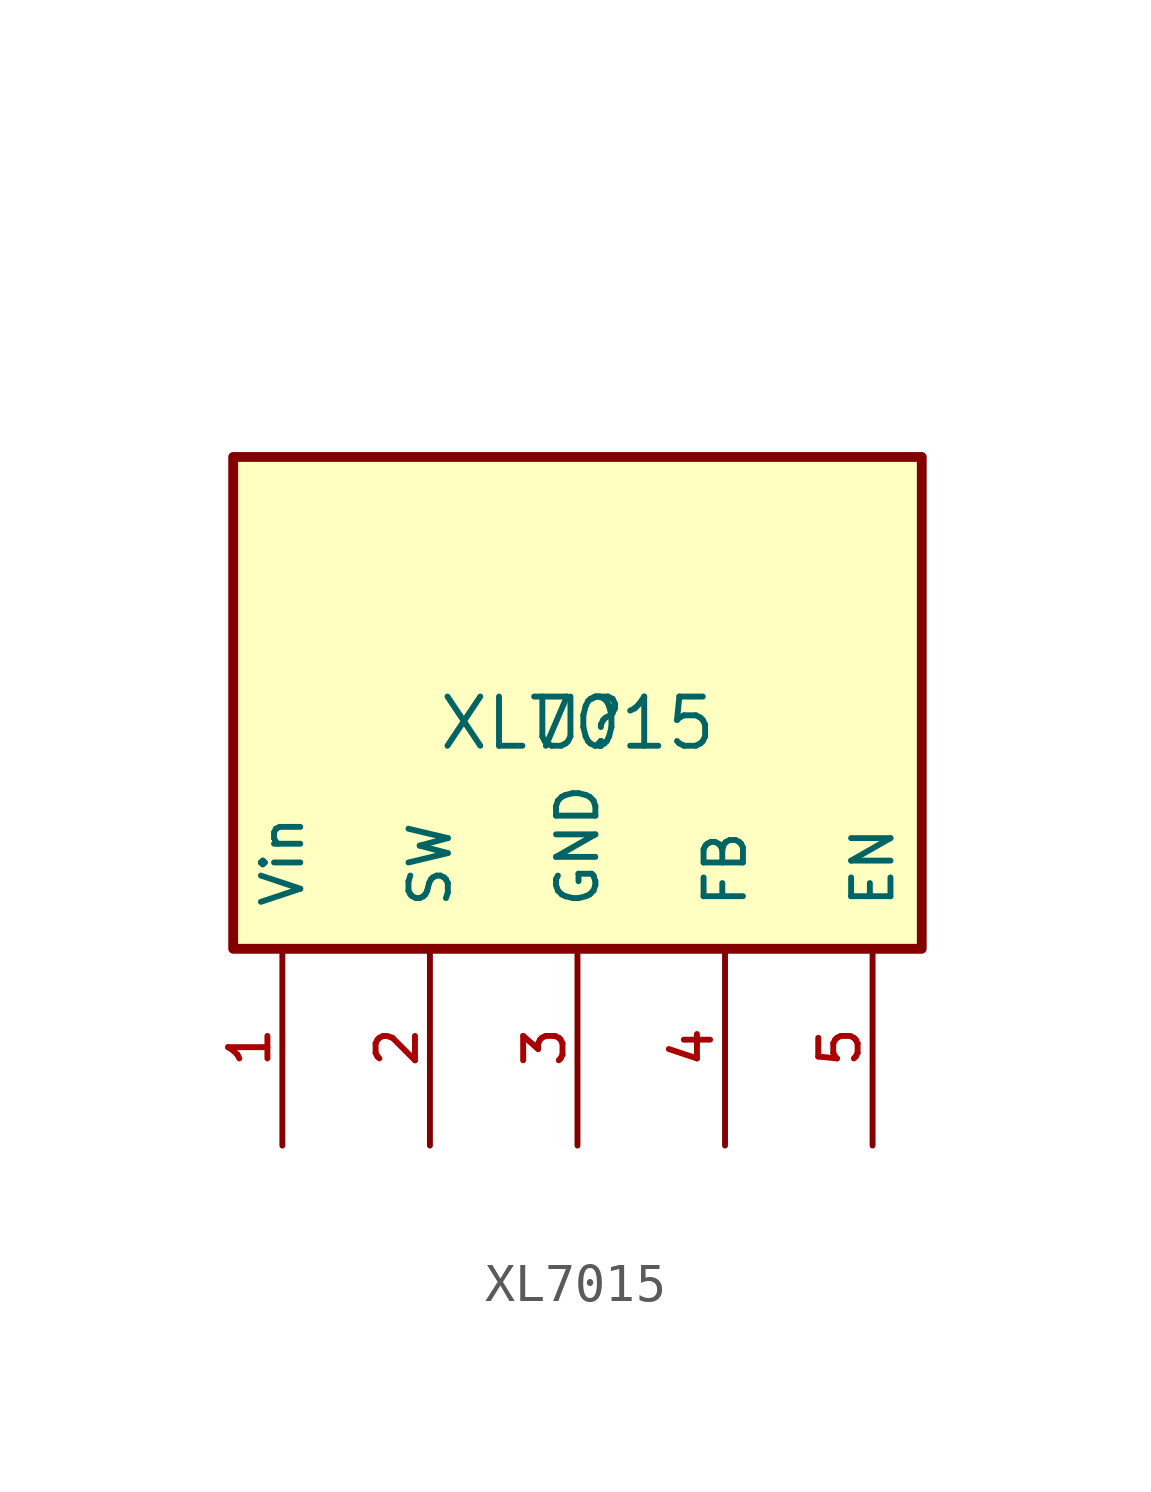
<source format=kicad_sym>
(kicad_symbol_lib
  (version 20241209)
  (generator "kicad_symbol_editor")
  (generator_version "9.0")
  (symbol "XL7015"
    (pin_names
      (offset 1.016))
    (property "Reference" "U"
      (at 0 0 0)
      (effects (font (size 1.27 1.27)) (justify bottom)))
    (property "Value" "XL7015"
      (at 0 0 0)
      (effects (font (size 1.27 1.27)) (justify bottom)))
    (symbol "XL7015_0_0"
      (rectangle (start -8.89 7.62) (end 8.89 -5.08) (stroke (width 0.254) (type default)) (fill (type background))))
    (symbol "XL7015_1_0"
      (pin power_in line (at -7.62 -10.16 90) (length 5.08) (name "Vin" (effects (font (size 1.016 1.016)))) (number "1" (effects (font (size 1.016 1.016)))))
      (pin power_out line (at -3.81 -10.16 90) (length 5.08) (name "SW" (effects (font (size 1.016 1.016)))) (number "2" (effects (font (size 1.016 1.016)))))
      (pin power_out line (at 0 12.7 270) (length 5.08) (hide yes) (name "GND" (effects (font (size 1.016 1.016)))) (number "6/GND" (effects (font (size 1.016 1.016)))))
      (pin power_out line (at 0 -10.16 90) (length 5.08) (name "GND" (effects (font (size 1.016 1.016)))) (number "3" (effects (font (size 1.016 1.016)))))
      (pin input line (at 3.81 -10.16 90) (length 5.08) (name "FB" (effects (font (size 1.016 1.016)))) (number "4" (effects (font (size 1.016 1.016)))))
      (pin input line (at 7.62 -10.16 90) (length 5.08) (name "EN" (effects (font (size 1.016 1.016)))) (number "5" (effects (font (size 1.016 1.016))))))))
</source>
